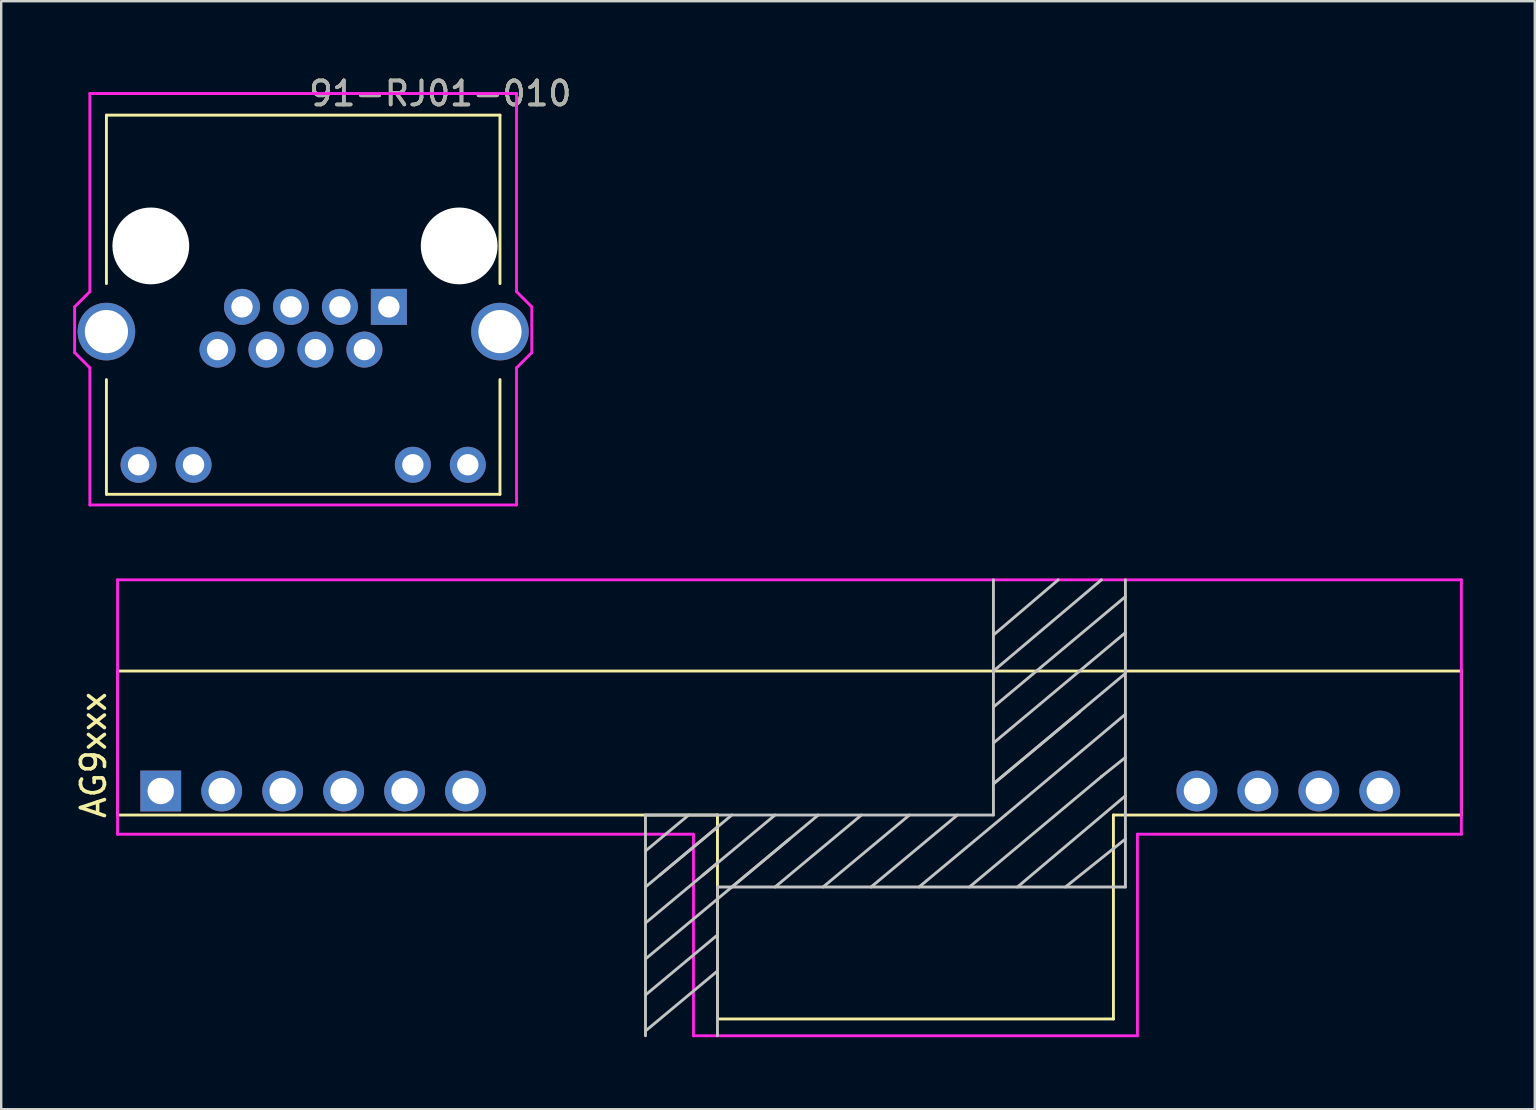
<source format=kicad_pcb>
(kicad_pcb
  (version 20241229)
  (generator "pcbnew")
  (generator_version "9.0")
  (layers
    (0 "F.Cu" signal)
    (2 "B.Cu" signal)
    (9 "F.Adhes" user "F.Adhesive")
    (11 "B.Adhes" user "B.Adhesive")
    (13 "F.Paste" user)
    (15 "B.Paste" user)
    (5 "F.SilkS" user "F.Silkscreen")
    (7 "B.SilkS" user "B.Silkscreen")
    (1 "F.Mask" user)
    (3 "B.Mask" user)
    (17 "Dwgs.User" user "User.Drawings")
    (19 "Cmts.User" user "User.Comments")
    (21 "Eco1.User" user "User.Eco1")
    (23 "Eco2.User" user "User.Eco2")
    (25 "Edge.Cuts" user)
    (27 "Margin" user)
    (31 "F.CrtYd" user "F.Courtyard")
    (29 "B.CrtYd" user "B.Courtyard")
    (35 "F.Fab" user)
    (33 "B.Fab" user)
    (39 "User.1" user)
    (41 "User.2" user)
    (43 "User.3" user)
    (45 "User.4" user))
  (footprint "91-RJ01-010"
    (layer "F.Cu")
    (at 9.585 7.198)
    (property "Reference" "91-RJ01-010" (at 5.715 -6.35 0) (layer "F.SilkS") (effects (font (size 1 1) (thickness 0.15))))
    (attr through_hole)
    (fp_line (start -8.2 -5.45) (end -8.2 1.57) (stroke (width 0.12) (type solid)) (layer "F.SilkS"))
    (fp_line (start -8.2 -5.45) (end 8.2 -5.45) (stroke (width 0.12) (type solid)) (layer "F.SilkS"))
    (fp_line (start -8.2 5.57) (end -8.2 10.35) (stroke (width 0.12) (type solid)) (layer "F.SilkS"))
    (fp_line (start -8.2 10.35) (end 8.2 10.35) (stroke (width 0.12) (type solid)) (layer "F.SilkS"))
    (fp_line (start 8.2 -5.45) (end 8.2 1.57) (stroke (width 0.12) (type solid)) (layer "F.SilkS"))
    (fp_line (start 8.2 5.57) (end 8.2 10.35) (stroke (width 0.12) (type solid)) (layer "F.SilkS"))
    (fp_line (start -9.525 2.54) (end -9.525 4.445) (stroke (width 0.12) (type solid)) (layer "F.CrtYd"))
    (fp_line (start -9.525 4.445) (end -8.89 5.08) (stroke (width 0.12) (type solid)) (layer "F.CrtYd"))
    (fp_line (start -8.89 -6.35) (end -8.89 1.905) (stroke (width 0.12) (type solid)) (layer "F.CrtYd"))
    (fp_line (start -8.89 1.905) (end -9.525 2.54) (stroke (width 0.12) (type solid)) (layer "F.CrtYd"))
    (fp_line (start -8.89 5.08) (end -8.89 10.795) (stroke (width 0.12) (type solid)) (layer "F.CrtYd"))
    (fp_line (start -8.89 10.795) (end 8.89 10.795) (stroke (width 0.12) (type solid)) (layer "F.CrtYd"))
    (fp_line (start 8.89 -6.35) (end -8.89 -6.35) (stroke (width 0.12) (type solid)) (layer "F.CrtYd"))
    (fp_line (start 8.89 1.905) (end 8.89 -6.35) (stroke (width 0.12) (type solid)) (layer "F.CrtYd"))
    (fp_line (start 8.89 5.08) (end 9.525 4.445) (stroke (width 0.12) (type solid)) (layer "F.CrtYd"))
    (fp_line (start 8.89 10.795) (end 8.89 5.08) (stroke (width 0.12) (type solid)) (layer "F.CrtYd"))
    (fp_line (start 9.525 2.54) (end 8.89 1.905) (stroke (width 0.12) (type solid)) (layer "F.CrtYd"))
    (fp_line (start 9.525 4.445) (end 9.525 2.54) (stroke (width 0.12) (type solid)) (layer "F.CrtYd"))
    (fp_text user "${REFERENCE}" (at 5.715 -6.35 0) (layer "F.Fab") (effects (font (size 1 1) (thickness 0.15))))
    (pad "" np_thru_hole circle (at -6.35 0) (size 3.2 3.2) (drill 3.2) (layers "*.Cu" "*.Mask"))
    (pad "" np_thru_hole circle (at 6.5 0) (size 3.2 3.2) (drill 3.2) (layers "*.Cu" "*.Mask"))
    (pad "1" thru_hole rect (at 3.57 2.54) (size 1.5 1.5) (drill 0.89) (layers "*.Cu" "*.Mask"))
    (pad "2" thru_hole circle (at 2.55 4.32) (size 1.5 1.5) (drill 0.89) (layers "*.Cu" "*.Mask"))
    (pad "3" thru_hole circle (at 1.53 2.54) (size 1.5 1.5) (drill 0.89) (layers "*.Cu" "*.Mask"))
    (pad "4" thru_hole circle (at 0.51 4.32) (size 1.5 1.5) (drill 0.89) (layers "*.Cu" "*.Mask"))
    (pad "5" thru_hole circle (at -0.51 2.54) (size 1.5 1.5) (drill 0.89) (layers "*.Cu" "*.Mask"))
    (pad "6" thru_hole circle (at -1.53 4.32) (size 1.5 1.5) (drill 0.89) (layers "*.Cu" "*.Mask"))
    (pad "7" thru_hole circle (at -2.55 2.54) (size 1.5 1.5) (drill 0.89) (layers "*.Cu" "*.Mask"))
    (pad "8" thru_hole circle (at -3.57 4.32) (size 1.5 1.5) (drill 0.89) (layers "*.Cu" "*.Mask"))
    (pad "9" thru_hole circle (at 6.86 9.12) (size 1.5 1.5) (drill 0.89) (layers "*.Cu" "*.Mask"))
    (pad "10" thru_hole circle (at 4.57 9.12) (size 1.5 1.5) (drill 0.89) (layers "*.Cu" "*.Mask"))
    (pad "11" thru_hole circle (at -4.57 9.12) (size 1.5 1.5) (drill 0.89) (layers "*.Cu" "*.Mask"))
    (pad "12" thru_hole circle (at -6.86 9.12) (size 1.5 1.5) (drill 0.89) (layers "*.Cu" "*.Mask"))
    (pad "SH" thru_hole circle (at -8.2 3.57) (size 2.4 2.4) (drill 1.8) (layers "*.Cu" "*.Mask"))
    (pad "SH" thru_hole circle (at 8.2 3.57) (size 2.4 2.4) (drill 1.8) (layers "*.Cu" "*.Mask")))
  (footprint "AG9xxx"
    (layer "F.Cu")
    (at 29.848 29.913)
    (property "Reference" "AG9xxx" (at -29 -1.5 90) (layer "F.SilkS") (effects (font (size 1 1) (thickness 0.15))))
    (attr through_hole)
    (fp_line (start -28 -5) (end -28 1) (stroke (width 0.12) (type solid)) (layer "F.SilkS"))
    (fp_line (start -28 -5) (end 28 -5) (stroke (width 0.12) (type solid)) (layer "F.SilkS"))
    (fp_line (start -28 1) (end -3 1) (stroke (width 0.12) (type solid)) (layer "F.SilkS"))
    (fp_line (start -3 1) (end -3 9.5) (stroke (width 0.12) (type solid)) (layer "F.SilkS"))
    (fp_line (start -3 9.5) (end 13.5 9.5) (stroke (width 0.12) (type solid)) (layer "F.SilkS"))
    (fp_line (start 13.5 1) (end 28 1) (stroke (width 0.12) (type solid)) (layer "F.SilkS"))
    (fp_line (start 13.5 9.5) (end 13.5 1) (stroke (width 0.12) (type solid)) (layer "F.SilkS"))
    (fp_line (start 28 -5) (end 28 1) (stroke (width 0.12) (type solid)) (layer "F.SilkS"))
    (fp_line (start -6 1) (end -6 10.2) (stroke (width 0.12) (type solid)) (layer "Dwgs.User"))
    (fp_line (start -6 2.5) (end -4.2 1) (stroke (width 0.12) (type solid)) (layer "Dwgs.User"))
    (fp_line (start -6 4) (end -3 1.5) (stroke (width 0.12) (type solid)) (layer "Dwgs.User"))
    (fp_line (start -6 5.5) (end -3 3) (stroke (width 0.12) (type solid)) (layer "Dwgs.User"))
    (fp_line (start -6 7) (end -3 4.5) (stroke (width 0.12) (type solid)) (layer "Dwgs.User"))
    (fp_line (start -6 8.5) (end -3 6) (stroke (width 0.12) (type solid)) (layer "Dwgs.User"))
    (fp_line (start -6 10) (end -3 7.5) (stroke (width 0.12) (type solid)) (layer "Dwgs.User"))
    (fp_line (start -5.4 3.5) (end -2.4 1) (stroke (width 0.12) (type solid)) (layer "Dwgs.User"))
    (fp_line (start -3.6 3.5) (end -0.6 1) (stroke (width 0.12) (type solid)) (layer "Dwgs.User"))
    (fp_line (start -3 1) (end -6 1) (stroke (width 0.12) (type solid)) (layer "Dwgs.User"))
    (fp_line (start -3 4) (end -3 10.2) (stroke (width 0.12) (type solid)) (layer "Dwgs.User"))
    (fp_line (start -3 4.5) (end 0 2) (stroke (width 0.12) (type solid)) (layer "Dwgs.User"))
    (fp_line (start -2.4 4) (end 1.2 1) (stroke (width 0.12) (type solid)) (layer "Dwgs.User"))
    (fp_line (start -0.6 4) (end 3 1) (stroke (width 0.12) (type solid)) (layer "Dwgs.User"))
    (fp_line (start 1.4 4) (end 5 1) (stroke (width 0.12) (type solid)) (layer "Dwgs.User"))
    (fp_line (start 3.4 4) (end 7 1) (stroke (width 0.12) (type solid)) (layer "Dwgs.User"))
    (fp_line (start 5.4 4) (end 9 1) (stroke (width 0.12) (type solid)) (layer "Dwgs.User"))
    (fp_line (start 7.5 4) (end 13 -0.6) (stroke (width 0.12) (type solid)) (layer "Dwgs.User"))
    (fp_line (start 8.5 -6.5) (end 11.2 -8.8) (stroke (width 0.12) (type solid)) (layer "Dwgs.User"))
    (fp_line (start 8.5 -5) (end 13 -8.8) (stroke (width 0.12) (type solid)) (layer "Dwgs.User"))
    (fp_line (start 8.5 -3.5) (end 14 -8.1) (stroke (width 0.12) (type solid)) (layer "Dwgs.User"))
    (fp_line (start 8.5 -2) (end 14 -6.6) (stroke (width 0.12) (type solid)) (layer "Dwgs.User"))
    (fp_line (start 8.5 -0.3) (end 12.1 -3.3) (stroke (width 0.12) (type solid)) (layer "Dwgs.User"))
    (fp_line (start 8.5 -0.3) (end 14 -4.9) (stroke (width 0.12) (type solid)) (layer "Dwgs.User"))
    (fp_line (start 8.5 1) (end -3 1) (stroke (width 0.12) (type solid)) (layer "Dwgs.User"))
    (fp_line (start 8.5 1) (end 8.5 -8.8) (stroke (width 0.12) (type solid)) (layer "Dwgs.User"))
    (fp_line (start 9 1) (end 14 -3.2) (stroke (width 0.12) (type solid)) (layer "Dwgs.User"))
    (fp_line (start 9.5 4) (end 14 0.2) (stroke (width 0.12) (type solid)) (layer "Dwgs.User"))
    (fp_line (start 11.5 4) (end 14 2) (stroke (width 0.12) (type solid)) (layer "Dwgs.User"))
    (fp_line (start 14 -8.8) (end 14 4) (stroke (width 0.12) (type solid)) (layer "Dwgs.User"))
    (fp_line (start 14 -1.4) (end 13 -0.6) (stroke (width 0.12) (type solid)) (layer "Dwgs.User"))
    (fp_line (start 14 4) (end -3 4) (stroke (width 0.12) (type solid)) (layer "Dwgs.User"))
    (fp_line (start -28 -8.8) (end -28 1.8) (stroke (width 0.12) (type solid)) (layer "F.CrtYd"))
    (fp_line (start -28 -8.8) (end 28 -8.8) (stroke (width 0.12) (type solid)) (layer "F.CrtYd"))
    (fp_line (start -28 1.8) (end -4 1.8) (stroke (width 0.12) (type solid)) (layer "F.CrtYd"))
    (fp_line (start -4 1.8) (end -4 10.2) (stroke (width 0.12) (type solid)) (layer "F.CrtYd"))
    (fp_line (start -4 10.2) (end 14.5 10.2) (stroke (width 0.12) (type solid)) (layer "F.CrtYd"))
    (fp_line (start 14.5 1.8) (end 14.5 10.2) (stroke (width 0.12) (type solid)) (layer "F.CrtYd"))
    (fp_line (start 14.5 1.8) (end 28 1.8) (stroke (width 0.12) (type solid)) (layer "F.CrtYd"))
    (fp_line (start 28 -8.8) (end 28 1.8) (stroke (width 0.12) (type solid)) (layer "F.CrtYd"))
    (pad "1" thru_hole rect (at -26.2 0) (size 1.7 1.7) (drill 1.1) (layers "*.Cu" "*.Mask"))
    (pad "2" thru_hole circle (at -23.66 0) (size 1.7 1.7) (drill 1.1) (layers "*.Cu" "*.Mask"))
    (pad "3" thru_hole circle (at -21.12 0) (size 1.7 1.7) (drill 1.1) (layers "*.Cu" "*.Mask"))
    (pad "4" thru_hole circle (at -18.58 0) (size 1.7 1.7) (drill 1.1) (layers "*.Cu" "*.Mask"))
    (pad "5" thru_hole circle (at -16.04 0) (size 1.7 1.7) (drill 1.1) (layers "*.Cu" "*.Mask"))
    (pad "6" thru_hole circle (at -13.5 0) (size 1.7 1.7) (drill 1.1) (layers "*.Cu" "*.Mask"))
    (pad "7" thru_hole circle (at 16.98 0) (size 1.7 1.7) (drill 1.1) (layers "*.Cu" "*.Mask"))
    (pad "8" thru_hole circle (at 19.52 0) (size 1.7 1.7) (drill 1.1) (layers "*.Cu" "*.Mask"))
    (pad "9" thru_hole circle (at 22.06 0) (size 1.7 1.7) (drill 1.1) (layers "*.Cu" "*.Mask"))
    (pad "10" thru_hole circle (at 24.6 0) (size 1.7 1.7) (drill 1.1) (layers "*.Cu" "*.Mask")))
  (gr_rect
    (start -3 -3)
    (end 60.908 43.173)
    (stroke (width 0.1) (type default))
    (fill no)
    (layer "Edge.Cuts")))
</source>
